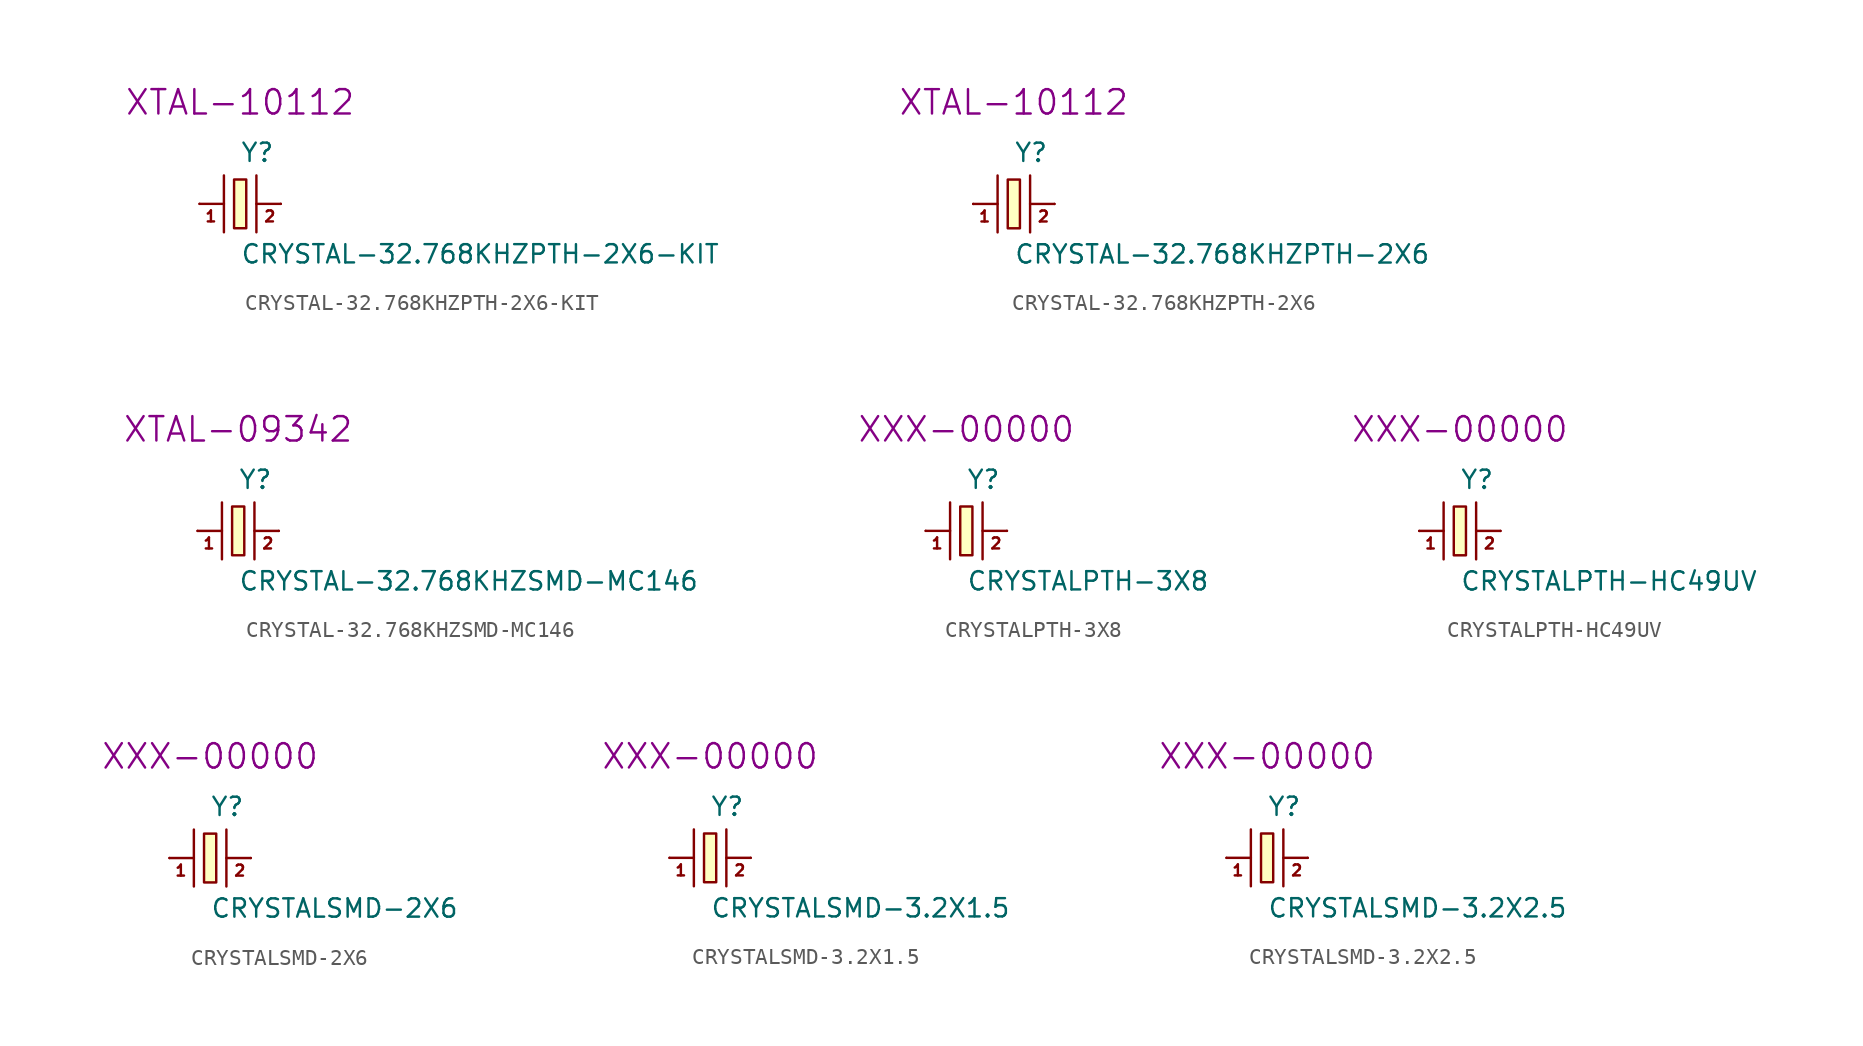
<source format=kicad_sym>
(kicad_symbol_lib
  (version 20220914)
  (generator kicad_symbol_editor)
  (symbol "CRYSTAL-32.768KHZPTH-2X6-KIT"
    (pin_numbers hide)
    (pin_names
      (offset 1.016) hide)
    (property "Reference" "Y"
      (at 0 2.54 0)
      (effects (font (size 1.143 1.143)) (justify left bottom)))
    (property "Value" "CRYSTAL-32.768KHZPTH-2X6-KIT"
      (at 0 -3.81 0)
      (effects (font (size 1.143 1.143)) (justify left bottom)))
    (property "Field4" "XTAL-10112"
      (at 0 6.35 0)
      (effects (font (size 1.524 1.524))))
    (property "ki_locked" ""
      (at 0 0 0)
      (effects (font (size 1.27 1.27))))
    (symbol "CRYSTAL-32.768KHZPTH-2X6-KIT_1_0"
      (polyline (pts (xy -2.54 0) (xy -1.016 0)) (stroke (width 0) (type solid)) (fill (type none)))
      (polyline (pts (xy -1.016 1.778) (xy -1.016 -1.778)) (stroke (width 0) (type solid)) (fill (type none)))
      (polyline (pts (xy 1.016 0) (xy 2.54 0)) (stroke (width 0) (type solid)) (fill (type none)))
      (polyline (pts (xy 1.016 1.778) (xy 1.016 -1.778)) (stroke (width 0) (type solid)) (fill (type none)))
      (text "1" (at -1.829 -0.787 0) (effects (font (size 0.686 0.686))))
      (text "2" (at 1.854 -0.787 0) (effects (font (size 0.686 0.686)))))
    (symbol "CRYSTAL-32.768KHZPTH-2X6-KIT_1_1"
      (polyline (pts (xy -0.381 1.524) (xy -0.381 -1.524) (xy 0.381 -1.524) (xy 0.381 1.524) (xy -0.381 1.524)) (stroke (width 0) (type solid)) (fill (type background)))
      (pin passive line (at -2.54 0 0) (length 0) (name "1" (effects (font (size 1.016 1.016)))) (number "1" (effects (font (size 1.016 1.016)))))
      (pin passive line (at 2.54 0 180) (length 0) (name "2" (effects (font (size 1.016 1.016)))) (number "2" (effects (font (size 1.016 1.016)))))))
  (symbol "CRYSTAL-32.768KHZPTH-2X6"
    (pin_numbers hide)
    (pin_names
      (offset 1.016) hide)
    (property "Reference" "Y"
      (at 0 2.54 0)
      (effects (font (size 1.143 1.143)) (justify left bottom)))
    (property "Value" "CRYSTAL-32.768KHZPTH-2X6"
      (at 0 -3.81 0)
      (effects (font (size 1.143 1.143)) (justify left bottom)))
    (property "Field4" "XTAL-10112"
      (at 0 6.35 0)
      (effects (font (size 1.524 1.524))))
    (property "ki_locked" ""
      (at 0 0 0)
      (effects (font (size 1.27 1.27))))
    (symbol "CRYSTAL-32.768KHZPTH-2X6_1_0"
      (polyline (pts (xy -2.54 0) (xy -1.016 0)) (stroke (width 0) (type solid)) (fill (type none)))
      (polyline (pts (xy -1.016 1.778) (xy -1.016 -1.778)) (stroke (width 0) (type solid)) (fill (type none)))
      (polyline (pts (xy 1.016 0) (xy 2.54 0)) (stroke (width 0) (type solid)) (fill (type none)))
      (polyline (pts (xy 1.016 1.778) (xy 1.016 -1.778)) (stroke (width 0) (type solid)) (fill (type none)))
      (text "1" (at -1.829 -0.787 0) (effects (font (size 0.686 0.686))))
      (text "2" (at 1.854 -0.787 0) (effects (font (size 0.686 0.686)))))
    (symbol "CRYSTAL-32.768KHZPTH-2X6_1_1"
      (polyline (pts (xy -0.381 1.524) (xy -0.381 -1.524) (xy 0.381 -1.524) (xy 0.381 1.524) (xy -0.381 1.524)) (stroke (width 0) (type solid)) (fill (type background)))
      (pin passive line (at -2.54 0 0) (length 0) (name "1" (effects (font (size 1.016 1.016)))) (number "1" (effects (font (size 1.016 1.016)))))
      (pin passive line (at 2.54 0 180) (length 0) (name "2" (effects (font (size 1.016 1.016)))) (number "2" (effects (font (size 1.016 1.016)))))))
  (symbol "CRYSTAL-32.768KHZSMD-MC146"
    (pin_numbers hide)
    (pin_names
      (offset 1.016) hide)
    (property "Reference" "Y"
      (at 0 2.54 0)
      (effects (font (size 1.143 1.143)) (justify left bottom)))
    (property "Value" "CRYSTAL-32.768KHZSMD-MC146"
      (at 0 -3.81 0)
      (effects (font (size 1.143 1.143)) (justify left bottom)))
    (property "Field4" "XTAL-09342"
      (at 0 6.35 0)
      (effects (font (size 1.524 1.524))))
    (property "ki_locked" ""
      (at 0 0 0)
      (effects (font (size 1.27 1.27))))
    (symbol "CRYSTAL-32.768KHZSMD-MC146_1_0"
      (polyline (pts (xy -2.54 0) (xy -1.016 0)) (stroke (width 0) (type solid)) (fill (type none)))
      (polyline (pts (xy -1.016 1.778) (xy -1.016 -1.778)) (stroke (width 0) (type solid)) (fill (type none)))
      (polyline (pts (xy 1.016 0) (xy 2.54 0)) (stroke (width 0) (type solid)) (fill (type none)))
      (polyline (pts (xy 1.016 1.778) (xy 1.016 -1.778)) (stroke (width 0) (type solid)) (fill (type none)))
      (text "1" (at -1.829 -0.787 0) (effects (font (size 0.686 0.686))))
      (text "2" (at 1.854 -0.787 0) (effects (font (size 0.686 0.686)))))
    (symbol "CRYSTAL-32.768KHZSMD-MC146_1_1"
      (polyline (pts (xy -0.381 1.524) (xy -0.381 -1.524) (xy 0.381 -1.524) (xy 0.381 1.524) (xy -0.381 1.524)) (stroke (width 0) (type solid)) (fill (type background)))
      (pin passive line (at 2.54 0 180) (length 0) (name "2" (effects (font (size 1.016 1.016)))) (number "P$1" (effects (font (size 1.016 1.016)))))
      (pin passive line (at -2.54 0 0) (length 0) (name "1" (effects (font (size 1.016 1.016)))) (number "P$2" (effects (font (size 1.016 1.016)))))))
  (symbol "CRYSTALPTH-3X8"
    (pin_numbers hide)
    (pin_names
      (offset 1.016) hide)
    (property "Reference" "Y"
      (at 0 2.54 0)
      (effects (font (size 1.143 1.143)) (justify left bottom)))
    (property "Value" "CRYSTALPTH-3X8"
      (at 0 -3.81 0)
      (effects (font (size 1.143 1.143)) (justify left bottom)))
    (property "Field4" "XXX-00000"
      (at 0 6.35 0)
      (effects (font (size 1.524 1.524))))
    (property "ki_locked" ""
      (at 0 0 0)
      (effects (font (size 1.27 1.27))))
    (symbol "CRYSTALPTH-3X8_1_0"
      (polyline (pts (xy -2.54 0) (xy -1.016 0)) (stroke (width 0) (type solid)) (fill (type none)))
      (polyline (pts (xy -1.016 1.778) (xy -1.016 -1.778)) (stroke (width 0) (type solid)) (fill (type none)))
      (polyline (pts (xy 1.016 0) (xy 2.54 0)) (stroke (width 0) (type solid)) (fill (type none)))
      (polyline (pts (xy 1.016 1.778) (xy 1.016 -1.778)) (stroke (width 0) (type solid)) (fill (type none)))
      (text "1" (at -1.829 -0.787 0) (effects (font (size 0.686 0.686))))
      (text "2" (at 1.854 -0.787 0) (effects (font (size 0.686 0.686)))))
    (symbol "CRYSTALPTH-3X8_1_1"
      (polyline (pts (xy -0.381 1.524) (xy -0.381 -1.524) (xy 0.381 -1.524) (xy 0.381 1.524) (xy -0.381 1.524)) (stroke (width 0) (type solid)) (fill (type background)))
      (pin passive line (at -2.54 0 0) (length 0) (name "1" (effects (font (size 1.016 1.016)))) (number "1" (effects (font (size 1.016 1.016)))))
      (pin passive line (at 2.54 0 180) (length 0) (name "2" (effects (font (size 1.016 1.016)))) (number "2" (effects (font (size 1.016 1.016)))))))
  (symbol "CRYSTALPTH-HC49UV"
    (pin_numbers hide)
    (pin_names
      (offset 1.016) hide)
    (property "Reference" "Y"
      (at 0 2.54 0)
      (effects (font (size 1.143 1.143)) (justify left bottom)))
    (property "Value" "CRYSTALPTH-HC49UV"
      (at 0 -3.81 0)
      (effects (font (size 1.143 1.143)) (justify left bottom)))
    (property "Field4" "XXX-00000"
      (at 0 6.35 0)
      (effects (font (size 1.524 1.524))))
    (property "ki_locked" ""
      (at 0 0 0)
      (effects (font (size 1.27 1.27))))
    (symbol "CRYSTALPTH-HC49UV_1_0"
      (polyline (pts (xy -2.54 0) (xy -1.016 0)) (stroke (width 0) (type solid)) (fill (type none)))
      (polyline (pts (xy -1.016 1.778) (xy -1.016 -1.778)) (stroke (width 0) (type solid)) (fill (type none)))
      (polyline (pts (xy 1.016 0) (xy 2.54 0)) (stroke (width 0) (type solid)) (fill (type none)))
      (polyline (pts (xy 1.016 1.778) (xy 1.016 -1.778)) (stroke (width 0) (type solid)) (fill (type none)))
      (text "1" (at -1.829 -0.787 0) (effects (font (size 0.686 0.686))))
      (text "2" (at 1.854 -0.787 0) (effects (font (size 0.686 0.686)))))
    (symbol "CRYSTALPTH-HC49UV_1_1"
      (polyline (pts (xy -0.381 1.524) (xy -0.381 -1.524) (xy 0.381 -1.524) (xy 0.381 1.524) (xy -0.381 1.524)) (stroke (width 0) (type solid)) (fill (type background)))
      (pin passive line (at -2.54 0 0) (length 0) (name "1" (effects (font (size 1.016 1.016)))) (number "1" (effects (font (size 1.016 1.016)))))
      (pin passive line (at 2.54 0 180) (length 0) (name "2" (effects (font (size 1.016 1.016)))) (number "2" (effects (font (size 1.016 1.016)))))))
  (symbol "CRYSTALSMD-2X6"
    (pin_numbers hide)
    (pin_names
      (offset 1.016) hide)
    (property "Reference" "Y"
      (at 0 2.54 0)
      (effects (font (size 1.143 1.143)) (justify left bottom)))
    (property "Value" "CRYSTALSMD-2X6"
      (at 0 -3.81 0)
      (effects (font (size 1.143 1.143)) (justify left bottom)))
    (property "Field4" "XXX-00000"
      (at 0 6.35 0)
      (effects (font (size 1.524 1.524))))
    (property "ki_locked" ""
      (at 0 0 0)
      (effects (font (size 1.27 1.27))))
    (symbol "CRYSTALSMD-2X6_1_0"
      (polyline (pts (xy -2.54 0) (xy -1.016 0)) (stroke (width 0) (type solid)) (fill (type none)))
      (polyline (pts (xy -1.016 1.778) (xy -1.016 -1.778)) (stroke (width 0) (type solid)) (fill (type none)))
      (polyline (pts (xy 1.016 0) (xy 2.54 0)) (stroke (width 0) (type solid)) (fill (type none)))
      (polyline (pts (xy 1.016 1.778) (xy 1.016 -1.778)) (stroke (width 0) (type solid)) (fill (type none)))
      (text "1" (at -1.829 -0.787 0) (effects (font (size 0.686 0.686))))
      (text "2" (at 1.854 -0.787 0) (effects (font (size 0.686 0.686)))))
    (symbol "CRYSTALSMD-2X6_1_1"
      (polyline (pts (xy -0.381 1.524) (xy -0.381 -1.524) (xy 0.381 -1.524) (xy 0.381 1.524) (xy -0.381 1.524)) (stroke (width 0) (type solid)) (fill (type background)))
      (pin passive line (at -2.54 0 0) (length 0) (name "1" (effects (font (size 1.016 1.016)))) (number "X1" (effects (font (size 1.016 1.016)))))
      (pin passive line (at 2.54 0 180) (length 0) (name "2" (effects (font (size 1.016 1.016)))) (number "X2" (effects (font (size 1.016 1.016)))))))
  (symbol "CRYSTALSMD-3.2X1.5"
    (pin_numbers hide)
    (pin_names
      (offset 1.016) hide)
    (property "Reference" "Y"
      (at 0 2.54 0)
      (effects (font (size 1.143 1.143)) (justify left bottom)))
    (property "Value" "CRYSTALSMD-3.2X1.5"
      (at 0 -3.81 0)
      (effects (font (size 1.143 1.143)) (justify left bottom)))
    (property "Field4" "XXX-00000"
      (at 0 6.35 0)
      (effects (font (size 1.524 1.524))))
    (property "ki_locked" ""
      (at 0 0 0)
      (effects (font (size 1.27 1.27))))
    (symbol "CRYSTALSMD-3.2X1.5_1_0"
      (polyline (pts (xy -2.54 0) (xy -1.016 0)) (stroke (width 0) (type solid)) (fill (type none)))
      (polyline (pts (xy -1.016 1.778) (xy -1.016 -1.778)) (stroke (width 0) (type solid)) (fill (type none)))
      (polyline (pts (xy 1.016 0) (xy 2.54 0)) (stroke (width 0) (type solid)) (fill (type none)))
      (polyline (pts (xy 1.016 1.778) (xy 1.016 -1.778)) (stroke (width 0) (type solid)) (fill (type none)))
      (text "1" (at -1.829 -0.787 0) (effects (font (size 0.686 0.686))))
      (text "2" (at 1.854 -0.787 0) (effects (font (size 0.686 0.686)))))
    (symbol "CRYSTALSMD-3.2X1.5_1_1"
      (polyline (pts (xy -0.381 1.524) (xy -0.381 -1.524) (xy 0.381 -1.524) (xy 0.381 1.524) (xy -0.381 1.524)) (stroke (width 0) (type solid)) (fill (type background)))
      (pin passive line (at -2.54 0 0) (length 0) (name "1" (effects (font (size 1.016 1.016)))) (number "P$1" (effects (font (size 1.016 1.016)))))
      (pin passive line (at 2.54 0 180) (length 0) (name "2" (effects (font (size 1.016 1.016)))) (number "P$2" (effects (font (size 1.016 1.016)))))))
  (symbol "CRYSTALSMD-3.2X2.5"
    (pin_numbers hide)
    (pin_names
      (offset 1.016) hide)
    (property "Reference" "Y"
      (at 0 2.54 0)
      (effects (font (size 1.143 1.143)) (justify left bottom)))
    (property "Value" "CRYSTALSMD-3.2X2.5"
      (at 0 -3.81 0)
      (effects (font (size 1.143 1.143)) (justify left bottom)))
    (property "Field4" "XXX-00000"
      (at 0 6.35 0)
      (effects (font (size 1.524 1.524))))
    (property "ki_locked" ""
      (at 0 0 0)
      (effects (font (size 1.27 1.27))))
    (symbol "CRYSTALSMD-3.2X2.5_1_0"
      (polyline (pts (xy -2.54 0) (xy -1.016 0)) (stroke (width 0) (type solid)) (fill (type none)))
      (polyline (pts (xy -1.016 1.778) (xy -1.016 -1.778)) (stroke (width 0) (type solid)) (fill (type none)))
      (polyline (pts (xy 1.016 0) (xy 2.54 0)) (stroke (width 0) (type solid)) (fill (type none)))
      (polyline (pts (xy 1.016 1.778) (xy 1.016 -1.778)) (stroke (width 0) (type solid)) (fill (type none)))
      (text "1" (at -1.829 -0.787 0) (effects (font (size 0.686 0.686))))
      (text "2" (at 1.854 -0.787 0) (effects (font (size 0.686 0.686)))))
    (symbol "CRYSTALSMD-3.2X2.5_1_1"
      (polyline (pts (xy -0.381 1.524) (xy -0.381 -1.524) (xy 0.381 -1.524) (xy 0.381 1.524) (xy -0.381 1.524)) (stroke (width 0) (type solid)) (fill (type background)))
      (pin passive line (at -2.54 0 0) (length 0) (name "1" (effects (font (size 1.016 1.016)))) (number "1" (effects (font (size 1.016 1.016)))))
      (pin passive line (at 2.54 0 180) (length 0) (name "2" (effects (font (size 1.016 1.016)))) (number "3" (effects (font (size 1.016 1.016))))))))
</source>
